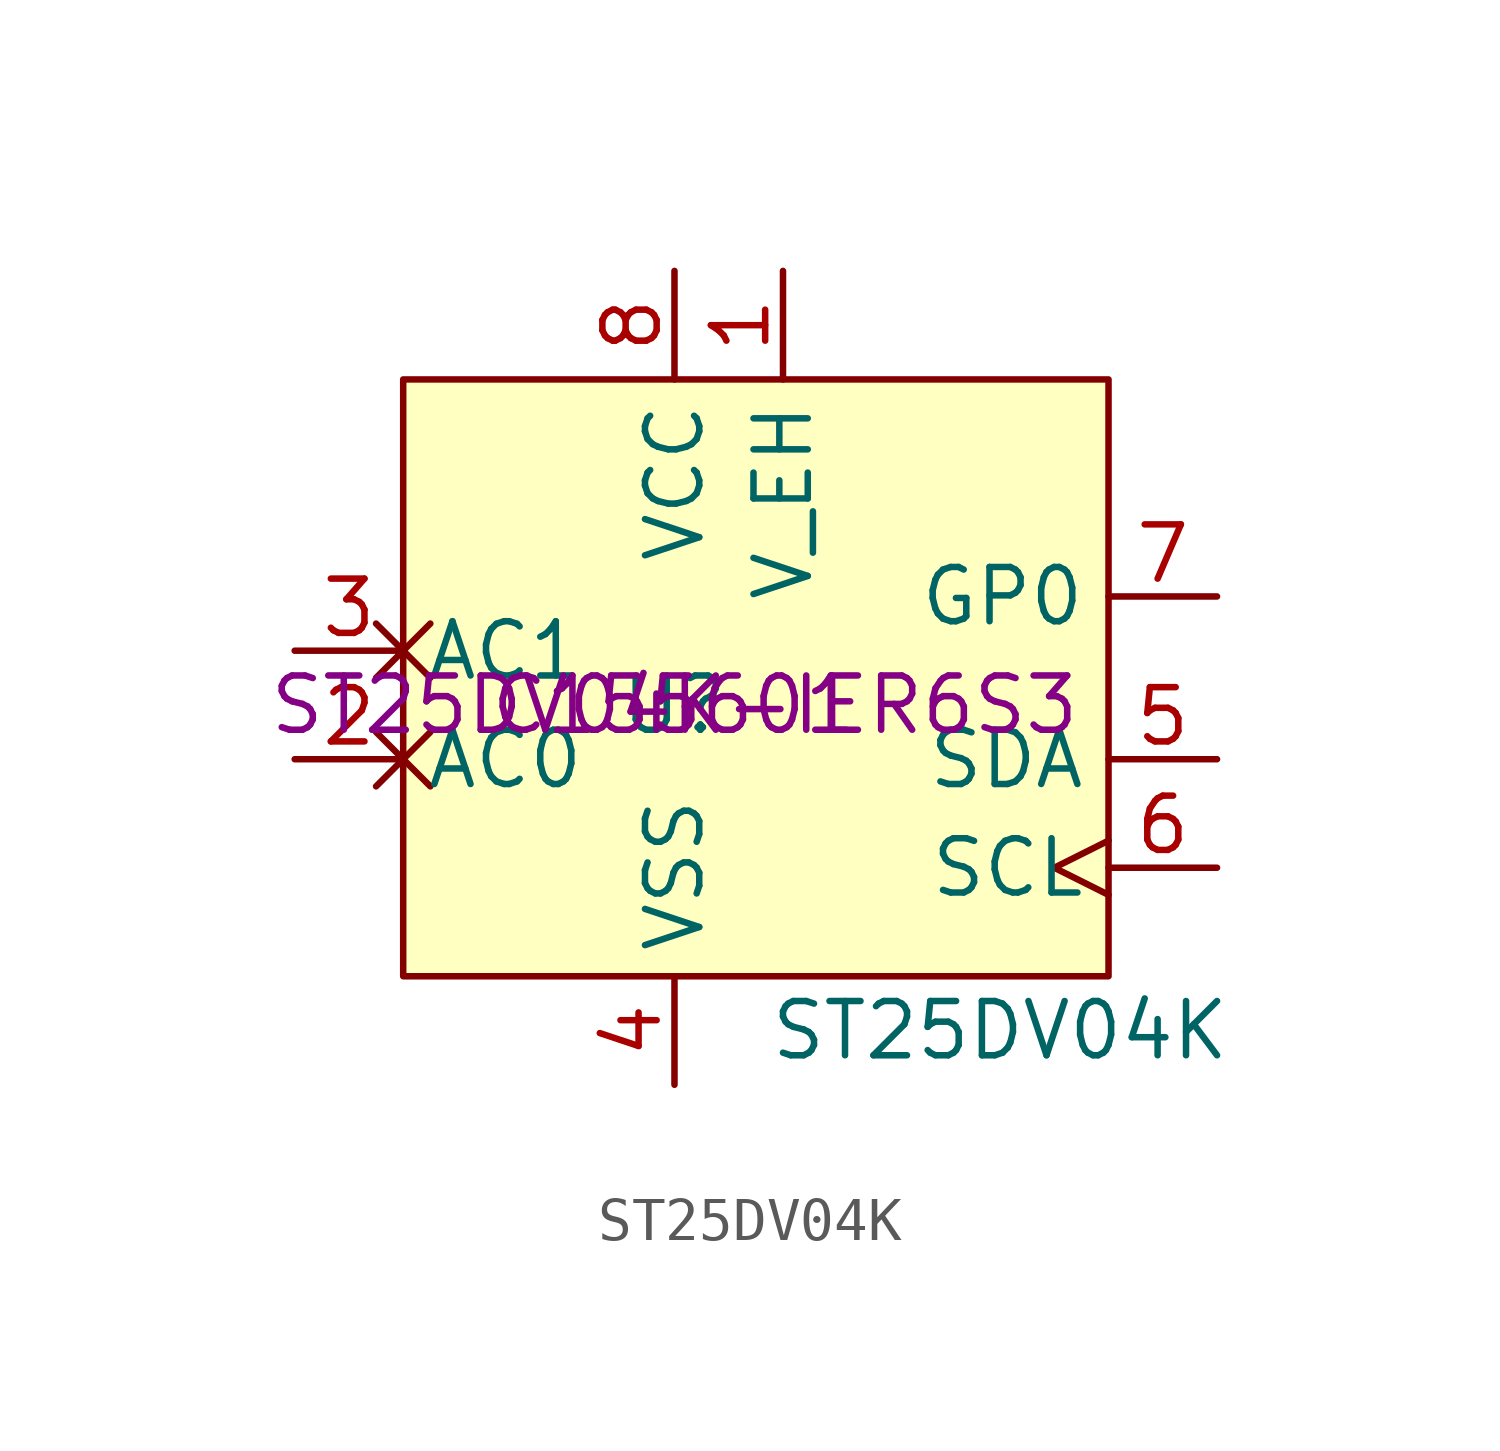
<source format=kicad_sym>
(kicad_symbol_lib
  (version 20211014)
  (generator kicad_symbol_editor)
  (symbol "ST25DV04K"
    (property "Reference" "U"
      (at 0 0 0)
      (effects (font (size 1.27 1.27))))
    (property "Value" "ST25DV04K"
      (at 7.62 -7.62 0)
      (effects (font (size 1.27 1.27))))
    (property "Manufacturer PN" "ST25DV04K-IER6S3"
      (at 0 0 0)
      (effects (font (size 1.27 1.27))))
    (property "LCSC" "C155601"
      (at 0 0 0)
      (effects (font (size 1.27 1.27))))
    (symbol "ST25DV04K_0_0"
      (pin power_out line (at 2.54 10.16 270) (length 2.54) (name "V_EH" (effects (font (size 1.27 1.27)))) (number "1" (effects (font (size 1.27 1.27)))))
      (pin passive non_logic (at -8.89 -1.27 0) (length 2.54) (name "AC0" (effects (font (size 1.27 1.27)))) (number "2" (effects (font (size 1.27 1.27)))))
      (pin passive non_logic (at -8.89 1.27 0) (length 2.54) (name "AC1" (effects (font (size 1.27 1.27)))) (number "3" (effects (font (size 1.27 1.27)))))
      (pin power_in line (at 0 -8.89 90) (length 2.54) (name "VSS" (effects (font (size 1.27 1.27)))) (number "4" (effects (font (size 1.27 1.27)))))
      (pin open_collector line (at 12.7 -1.27 180) (length 2.54) (name "SDA" (effects (font (size 1.27 1.27)))) (number "5" (effects (font (size 1.27 1.27)))))
      (pin open_collector clock (at 12.7 -3.81 180) (length 2.54) (name "SCL" (effects (font (size 1.27 1.27)))) (number "6" (effects (font (size 1.27 1.27)))))
      (pin open_collector line (at 12.7 2.54 180) (length 2.54) (name "GP0" (effects (font (size 1.27 1.27)))) (number "7" (effects (font (size 1.27 1.27)))))
      (pin power_in line (at 0 10.16 270) (length 2.54) (name "VCC" (effects (font (size 1.27 1.27)))) (number "8" (effects (font (size 1.27 1.27))))))
    (symbol "ST25DV04K_0_1"
      (rectangle (start -6.35 7.62) (end 10.16 -6.35) (stroke (width 0) (type default) (color 0 0 0 0)) (fill (type background))))))
</source>
